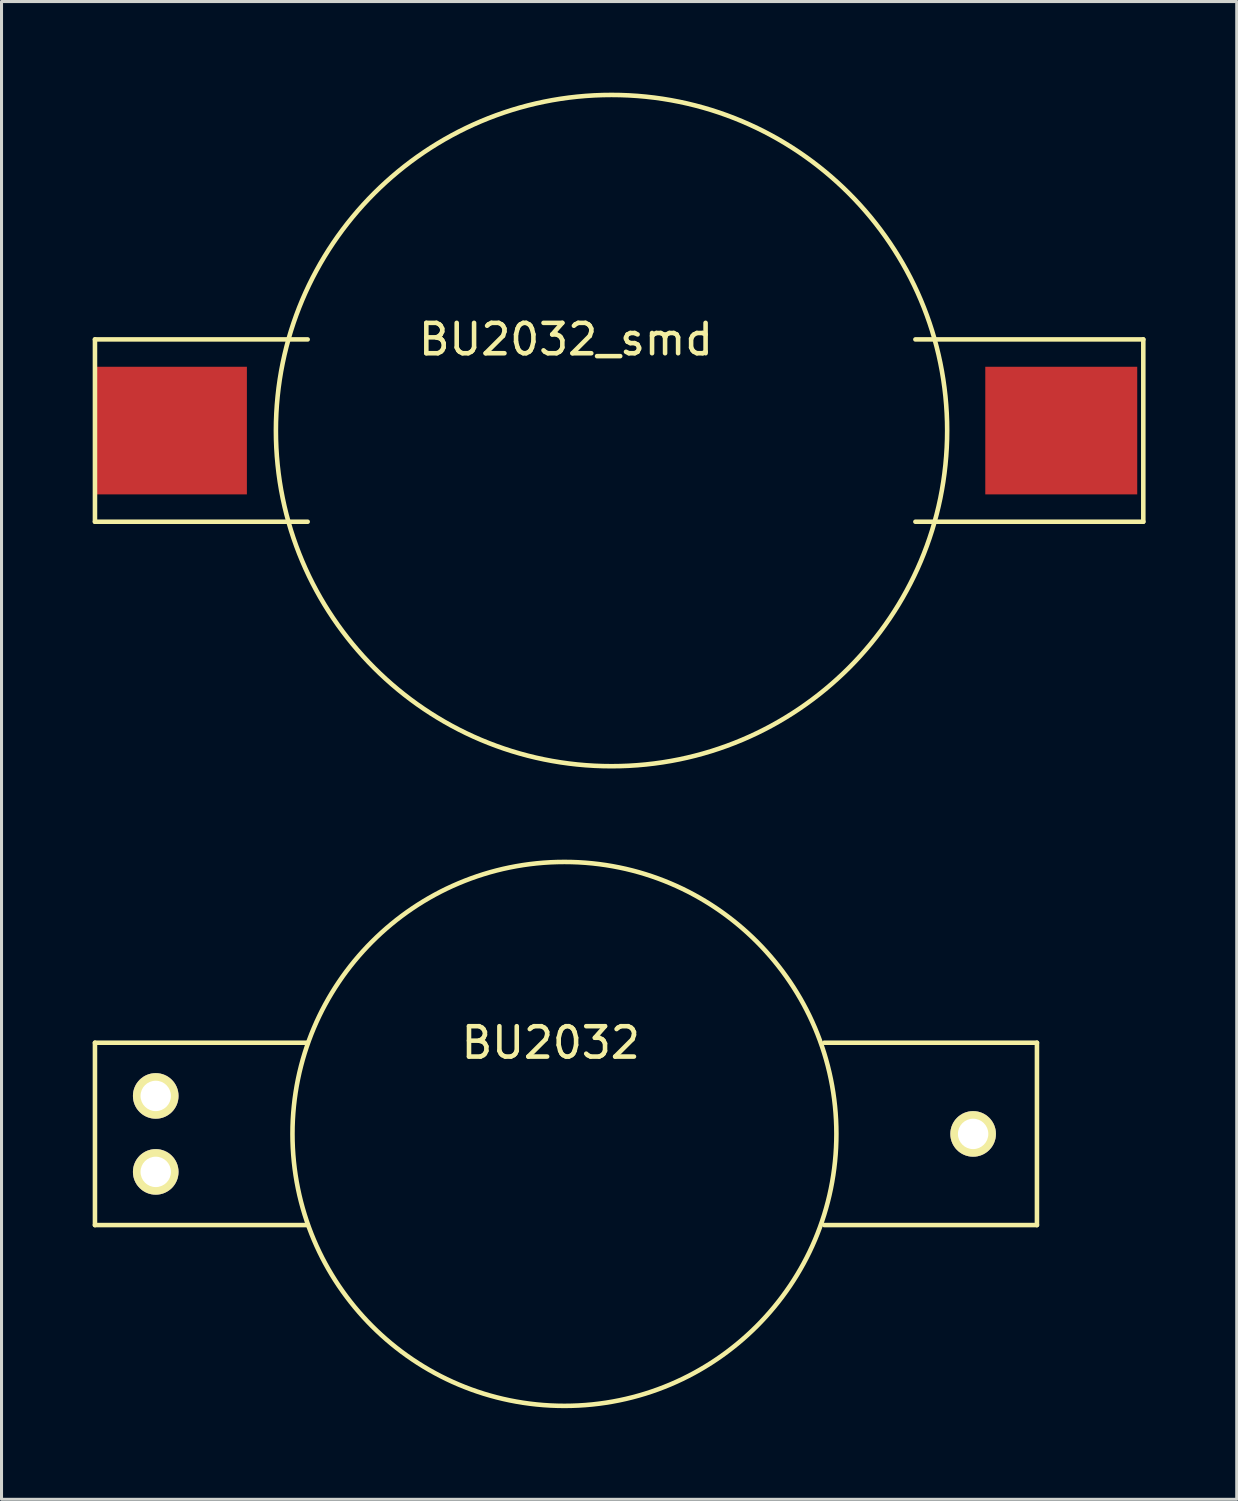
<source format=kicad_pcb>
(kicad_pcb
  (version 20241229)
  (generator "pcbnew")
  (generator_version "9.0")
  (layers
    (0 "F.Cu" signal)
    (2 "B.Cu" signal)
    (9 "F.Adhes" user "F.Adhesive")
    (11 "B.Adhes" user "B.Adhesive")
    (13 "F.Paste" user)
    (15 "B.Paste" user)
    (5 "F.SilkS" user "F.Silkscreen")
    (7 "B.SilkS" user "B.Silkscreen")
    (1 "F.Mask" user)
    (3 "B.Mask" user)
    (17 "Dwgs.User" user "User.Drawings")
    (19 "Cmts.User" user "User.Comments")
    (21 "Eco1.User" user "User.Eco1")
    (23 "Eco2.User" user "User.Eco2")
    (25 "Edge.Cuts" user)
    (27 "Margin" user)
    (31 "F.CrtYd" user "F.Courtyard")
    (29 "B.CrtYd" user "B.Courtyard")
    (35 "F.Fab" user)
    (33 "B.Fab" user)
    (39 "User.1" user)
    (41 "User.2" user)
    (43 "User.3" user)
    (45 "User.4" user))
  (footprint "BU2032_smd"
    (layer "F.Cu")
    (at 2.575 11.12)
    (property "Reference" "BU2032_smd" (at 13 -3 0) (layer "F.SilkS") (effects (font (size 1 1) (thickness 0.15))))
    (attr through_hole)
    (fp_line (start -2.5 -3) (end -2.5 3) (stroke (width 0.15) (type solid)) (layer "F.SilkS"))
    (fp_line (start -2.5 3) (end 4.5 3) (stroke (width 0.15) (type solid)) (layer "F.SilkS"))
    (fp_line (start 4.5 -3) (end -2.5 -3) (stroke (width 0.15) (type solid)) (layer "F.SilkS"))
    (fp_line (start 32 -3) (end 24.5 -3) (stroke (width 0.15) (type solid)) (layer "F.SilkS"))
    (fp_line (start 32 3) (end 24.5 3) (stroke (width 0.15) (type solid)) (layer "F.SilkS"))
    (fp_line (start 32 3) (end 32 -3) (stroke (width 0.15) (type solid)) (layer "F.SilkS"))
    (fp_circle (center 14.5 0) (end 13.5 11) (stroke (width 0.15) (type solid)) (fill no) (layer "F.SilkS"))
    (pad "1" smd rect (at 0 0) (size 5 4.2) (layers "F.Cu" "F.Mask" "F.Paste"))
    (pad "2" smd rect (at 29.3 0) (size 5 4.2) (layers "F.Cu" "F.Mask" "F.Paste")))
  (footprint "BU2032"
    (layer "F.Cu")
    (at 2.075 34.266)
    (property "Reference" "BU2032" (at 13 -3 0) (layer "F.SilkS") (effects (font (size 1 1) (thickness 0.15))))
    (attr through_hole)
    (fp_line (start -2 -3) (end -2 3) (stroke (width 0.15) (type solid)) (layer "F.SilkS"))
    (fp_line (start -2 3) (end 5 3) (stroke (width 0.15) (type solid)) (layer "F.SilkS"))
    (fp_line (start 5 -3) (end -2 -3) (stroke (width 0.15) (type solid)) (layer "F.SilkS"))
    (fp_line (start 22 3) (end 29 3) (stroke (width 0.15) (type solid)) (layer "F.SilkS"))
    (fp_line (start 29 -3) (end 22 -3) (stroke (width 0.15) (type solid)) (layer "F.SilkS"))
    (fp_line (start 29 3) (end 29 -3) (stroke (width 0.15) (type solid)) (layer "F.SilkS"))
    (fp_circle (center 13.45 0) (end 22.4 0) (stroke (width 0.15) (type solid)) (fill no) (layer "F.SilkS"))
    (pad "1" thru_hole circle (at 0 -1.25) (size 1.5 1.5) (drill 1) (layers "*.Cu" "*.Mask" "F.SilkS"))
    (pad "1" thru_hole circle (at 0 1.25) (size 1.5 1.5) (drill 1) (layers "*.Cu" "*.Mask" "F.SilkS"))
    (pad "2" thru_hole circle (at 26.9 0) (size 1.5 1.5) (drill 1) (layers "*.Cu" "*.Mask" "F.SilkS")))
  (gr_rect
    (start -3 -3)
    (end 37.65 46.291)
    (stroke (width 0.1) (type default))
    (fill no)
    (layer "Edge.Cuts")))
</source>
